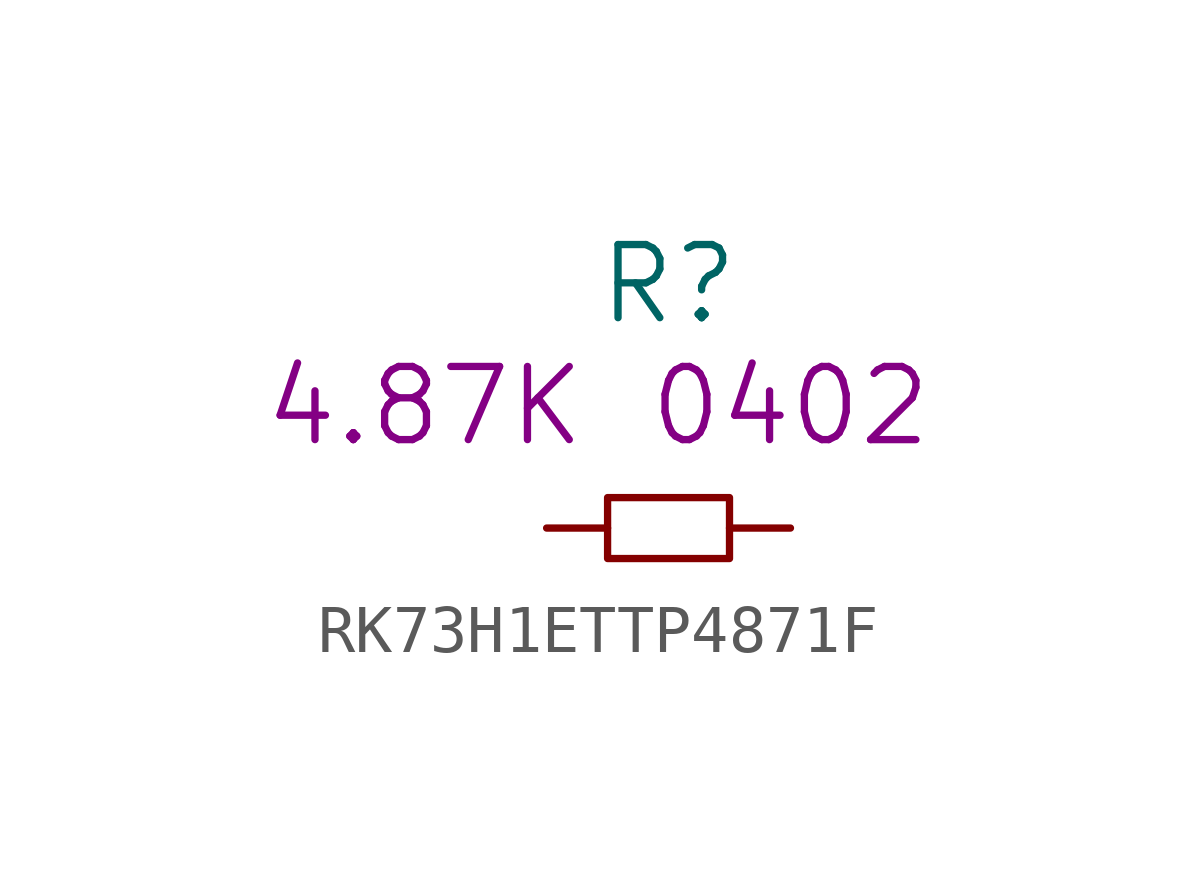
<source format=kicad_sym>
(kicad_symbol_lib
  (version 20220914)
  (generator kicad_symbol_editor)
  (symbol "RK73H1ETTP4871F"
    (pin_numbers hide)
    (pin_names
      (offset 1.016) hide)
    (property "Reference" "R"
      (at 0 5.08 0)
      (effects (font (size 1.524 1.524))))
    (property "Datasheet" ""
      (at 0 5.08 0)
      (effects (font (size 1.524 1.524))))
    (property "Value2" "4.87K"
      (at -5.08 2.54 0)
      (effects (font (size 1.524 1.524))))
    (property "Size" "0402"
      (at 2.54 2.54 0)
      (effects (font (size 1.524 1.524))))
    (symbol "RK73H1ETTP4871F_0_1"
      (rectangle (start -1.27 0.635) (end 1.27 -0.635) (stroke (width 0) (type solid)) (fill (type none))))
    (symbol "RK73H1ETTP4871F_1_1"
      (pin passive line (at -2.54 0 0) (length 1.27) (name "1" (effects (font (size 1.27 1.27)))) (number "1" (effects (font (size 1.27 1.27)))))
      (pin passive line (at 2.54 0 180) (length 1.27) (name "2" (effects (font (size 1.27 1.27)))) (number "2" (effects (font (size 1.27 1.27))))))))
</source>
